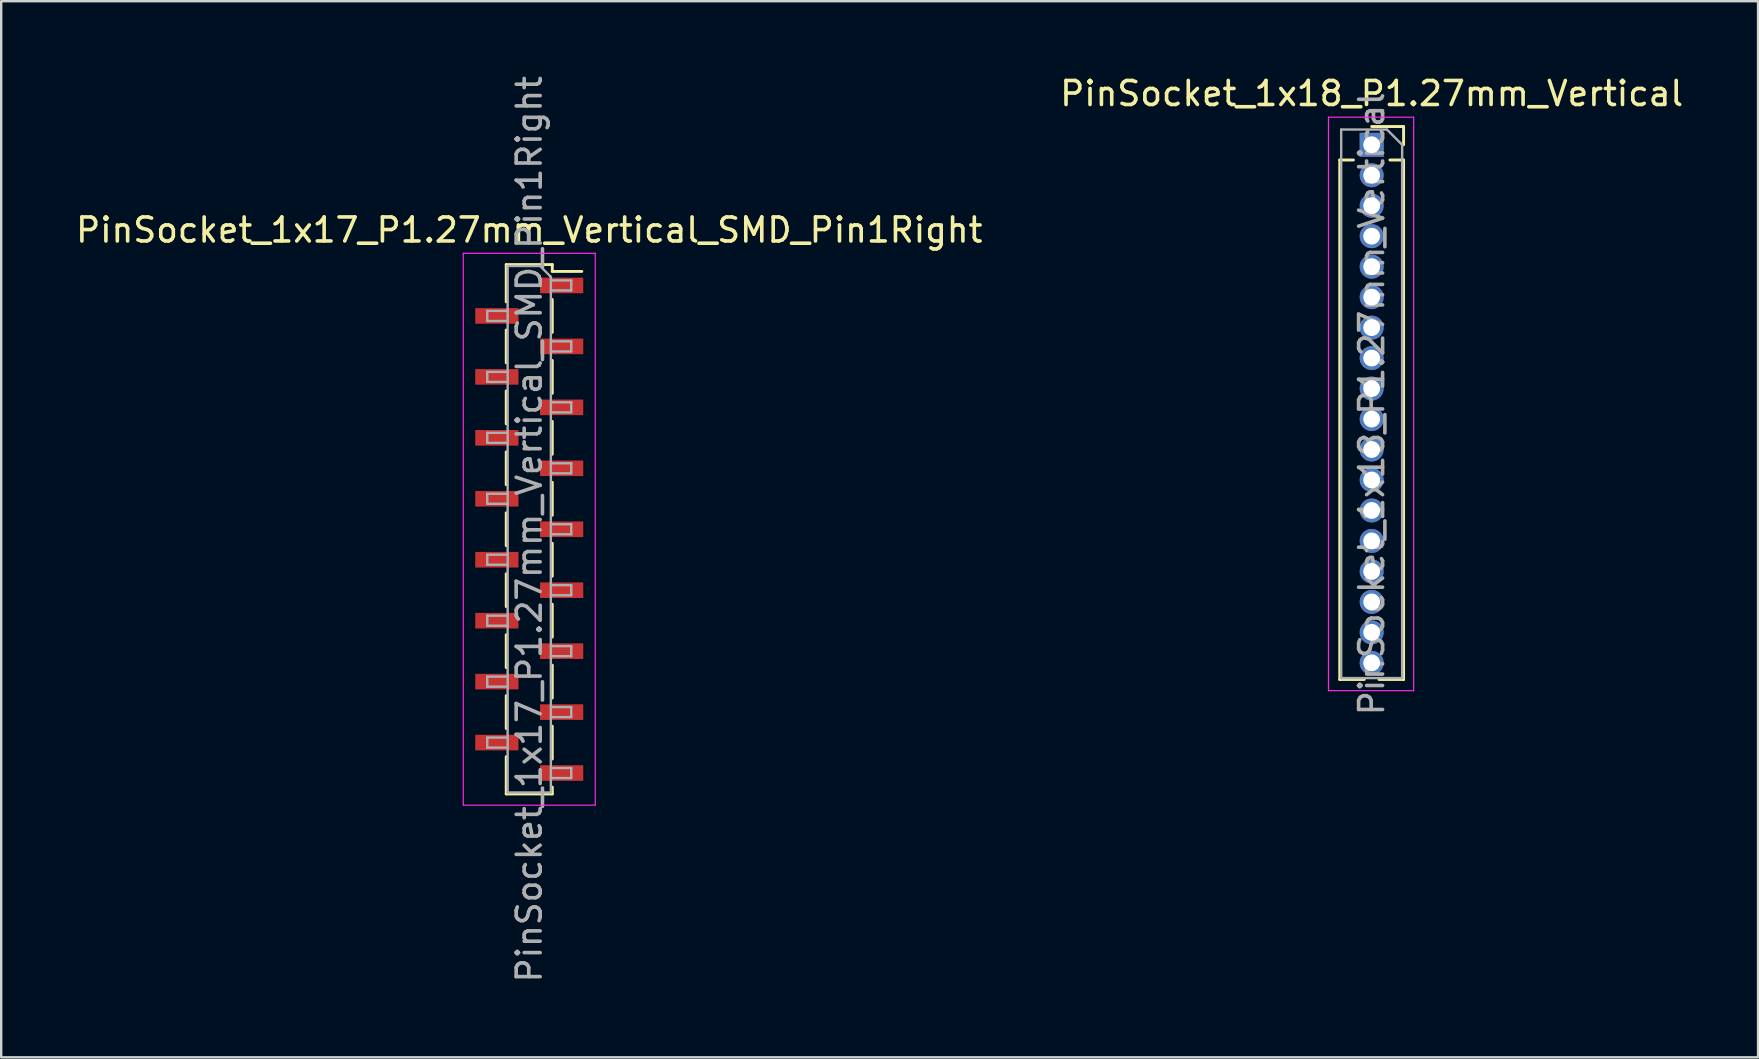
<source format=kicad_pcb>
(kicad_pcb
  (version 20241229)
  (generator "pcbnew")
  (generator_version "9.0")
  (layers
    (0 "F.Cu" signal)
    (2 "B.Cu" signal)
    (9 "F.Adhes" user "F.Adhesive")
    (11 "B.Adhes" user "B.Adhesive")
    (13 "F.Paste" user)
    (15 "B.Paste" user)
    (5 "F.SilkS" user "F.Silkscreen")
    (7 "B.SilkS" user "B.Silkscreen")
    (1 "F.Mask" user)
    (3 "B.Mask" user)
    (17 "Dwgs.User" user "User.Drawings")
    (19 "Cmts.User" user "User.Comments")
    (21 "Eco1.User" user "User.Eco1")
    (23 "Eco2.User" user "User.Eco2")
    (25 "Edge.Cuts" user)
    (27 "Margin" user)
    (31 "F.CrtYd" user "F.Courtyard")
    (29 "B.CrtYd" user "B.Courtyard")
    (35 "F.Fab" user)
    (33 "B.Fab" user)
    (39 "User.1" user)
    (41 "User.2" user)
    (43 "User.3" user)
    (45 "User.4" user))
  (footprint "PinSocket_1x17_P1.27mm_Vertical_SMD_Pin1Right"
    (layer "F.Cu")
    (at 19.006 19.006)
    (property "Reference" "PinSocket_1x17_P1.27mm_Vertical_SMD_Pin1Right" (at 0 -12.47 0) (layer "F.SilkS") (effects (font (size 1 1) (thickness 0.15))))
    (attr smd)
    (fp_line (start -0.96 -11.03) (end -0.96 -9.475) (stroke (width 0.12) (type solid)) (layer "F.SilkS"))
    (fp_line (start -0.96 -11.03) (end 0.96 -11.03) (stroke (width 0.12) (type solid)) (layer "F.SilkS"))
    (fp_line (start -0.96 -8.305) (end -0.96 -6.935) (stroke (width 0.12) (type solid)) (layer "F.SilkS"))
    (fp_line (start -0.96 -5.765) (end -0.96 -4.395) (stroke (width 0.12) (type solid)) (layer "F.SilkS"))
    (fp_line (start -0.96 -3.225) (end -0.96 -1.855) (stroke (width 0.12) (type solid)) (layer "F.SilkS"))
    (fp_line (start -0.96 -0.685) (end -0.96 0.685) (stroke (width 0.12) (type solid)) (layer "F.SilkS"))
    (fp_line (start -0.96 1.855) (end -0.96 3.225) (stroke (width 0.12) (type solid)) (layer "F.SilkS"))
    (fp_line (start -0.96 4.395) (end -0.96 5.765) (stroke (width 0.12) (type solid)) (layer "F.SilkS"))
    (fp_line (start -0.96 6.935) (end -0.96 8.305) (stroke (width 0.12) (type solid)) (layer "F.SilkS"))
    (fp_line (start -0.96 9.475) (end -0.96 11.03) (stroke (width 0.12) (type solid)) (layer "F.SilkS"))
    (fp_line (start -0.96 11.03) (end 0.96 11.03) (stroke (width 0.12) (type solid)) (layer "F.SilkS"))
    (fp_line (start 0.96 -11.03) (end 0.96 -10.745) (stroke (width 0.12) (type solid)) (layer "F.SilkS"))
    (fp_line (start 0.96 -10.745) (end 2.19 -10.745) (stroke (width 0.12) (type solid)) (layer "F.SilkS"))
    (fp_line (start 0.96 -9.575) (end 0.96 -8.205) (stroke (width 0.12) (type solid)) (layer "F.SilkS"))
    (fp_line (start 0.96 -7.035) (end 0.96 -5.665) (stroke (width 0.12) (type solid)) (layer "F.SilkS"))
    (fp_line (start 0.96 -4.495) (end 0.96 -3.125) (stroke (width 0.12) (type solid)) (layer "F.SilkS"))
    (fp_line (start 0.96 -1.955) (end 0.96 -0.585) (stroke (width 0.12) (type solid)) (layer "F.SilkS"))
    (fp_line (start 0.96 0.585) (end 0.96 1.955) (stroke (width 0.12) (type solid)) (layer "F.SilkS"))
    (fp_line (start 0.96 3.125) (end 0.96 4.495) (stroke (width 0.12) (type solid)) (layer "F.SilkS"))
    (fp_line (start 0.96 5.665) (end 0.96 7.035) (stroke (width 0.12) (type solid)) (layer "F.SilkS"))
    (fp_line (start 0.96 8.205) (end 0.96 9.575) (stroke (width 0.12) (type solid)) (layer "F.SilkS"))
    (fp_line (start 0.96 10.745) (end 0.96 11.03) (stroke (width 0.12) (type solid)) (layer "F.SilkS"))
    (fp_line (start -2.75 -11.5) (end 2.75 -11.5) (stroke (width 0.05) (type solid)) (layer "F.CrtYd"))
    (fp_line (start -2.75 11.5) (end -2.75 -11.5) (stroke (width 0.05) (type solid)) (layer "F.CrtYd"))
    (fp_line (start 2.75 -11.5) (end 2.75 11.5) (stroke (width 0.05) (type solid)) (layer "F.CrtYd"))
    (fp_line (start 2.75 11.5) (end -2.75 11.5) (stroke (width 0.05) (type solid)) (layer "F.CrtYd"))
    (fp_line (start -1.75 -9.1) (end -0.9 -9.1) (stroke (width 0.1) (type solid)) (layer "F.Fab"))
    (fp_line (start -1.75 -8.68) (end -1.75 -9.1) (stroke (width 0.1) (type solid)) (layer "F.Fab"))
    (fp_line (start -1.75 -6.56) (end -0.9 -6.56) (stroke (width 0.1) (type solid)) (layer "F.Fab"))
    (fp_line (start -1.75 -6.14) (end -1.75 -6.56) (stroke (width 0.1) (type solid)) (layer "F.Fab"))
    (fp_line (start -1.75 -4.02) (end -0.9 -4.02) (stroke (width 0.1) (type solid)) (layer "F.Fab"))
    (fp_line (start -1.75 -3.6) (end -1.75 -4.02) (stroke (width 0.1) (type solid)) (layer "F.Fab"))
    (fp_line (start -1.75 -1.48) (end -0.9 -1.48) (stroke (width 0.1) (type solid)) (layer "F.Fab"))
    (fp_line (start -1.75 -1.06) (end -1.75 -1.48) (stroke (width 0.1) (type solid)) (layer "F.Fab"))
    (fp_line (start -1.75 1.06) (end -0.9 1.06) (stroke (width 0.1) (type solid)) (layer "F.Fab"))
    (fp_line (start -1.75 1.48) (end -1.75 1.06) (stroke (width 0.1) (type solid)) (layer "F.Fab"))
    (fp_line (start -1.75 3.6) (end -0.9 3.6) (stroke (width 0.1) (type solid)) (layer "F.Fab"))
    (fp_line (start -1.75 4.02) (end -1.75 3.6) (stroke (width 0.1) (type solid)) (layer "F.Fab"))
    (fp_line (start -1.75 6.14) (end -0.9 6.14) (stroke (width 0.1) (type solid)) (layer "F.Fab"))
    (fp_line (start -1.75 6.56) (end -1.75 6.14) (stroke (width 0.1) (type solid)) (layer "F.Fab"))
    (fp_line (start -1.75 8.68) (end -0.9 8.68) (stroke (width 0.1) (type solid)) (layer "F.Fab"))
    (fp_line (start -1.75 9.1) (end -1.75 8.68) (stroke (width 0.1) (type solid)) (layer "F.Fab"))
    (fp_line (start -0.9 -10.97) (end 0.45 -10.97) (stroke (width 0.1) (type solid)) (layer "F.Fab"))
    (fp_line (start -0.9 -8.68) (end -1.75 -8.68) (stroke (width 0.1) (type solid)) (layer "F.Fab"))
    (fp_line (start -0.9 -6.14) (end -1.75 -6.14) (stroke (width 0.1) (type solid)) (layer "F.Fab"))
    (fp_line (start -0.9 -3.6) (end -1.75 -3.6) (stroke (width 0.1) (type solid)) (layer "F.Fab"))
    (fp_line (start -0.9 -1.06) (end -1.75 -1.06) (stroke (width 0.1) (type solid)) (layer "F.Fab"))
    (fp_line (start -0.9 1.48) (end -1.75 1.48) (stroke (width 0.1) (type solid)) (layer "F.Fab"))
    (fp_line (start -0.9 4.02) (end -1.75 4.02) (stroke (width 0.1) (type solid)) (layer "F.Fab"))
    (fp_line (start -0.9 6.56) (end -1.75 6.56) (stroke (width 0.1) (type solid)) (layer "F.Fab"))
    (fp_line (start -0.9 9.1) (end -1.75 9.1) (stroke (width 0.1) (type solid)) (layer "F.Fab"))
    (fp_line (start -0.9 10.97) (end -0.9 -10.97) (stroke (width 0.1) (type solid)) (layer "F.Fab"))
    (fp_line (start 0.45 -10.97) (end 0.9 -10.52) (stroke (width 0.1) (type solid)) (layer "F.Fab"))
    (fp_line (start 0.9 -10.52) (end 0.9 10.97) (stroke (width 0.1) (type solid)) (layer "F.Fab"))
    (fp_line (start 0.9 -10.37) (end 1.75 -10.37) (stroke (width 0.1) (type solid)) (layer "F.Fab"))
    (fp_line (start 0.9 -7.83) (end 1.75 -7.83) (stroke (width 0.1) (type solid)) (layer "F.Fab"))
    (fp_line (start 0.9 -5.29) (end 1.75 -5.29) (stroke (width 0.1) (type solid)) (layer "F.Fab"))
    (fp_line (start 0.9 -2.75) (end 1.75 -2.75) (stroke (width 0.1) (type solid)) (layer "F.Fab"))
    (fp_line (start 0.9 -0.21) (end 1.75 -0.21) (stroke (width 0.1) (type solid)) (layer "F.Fab"))
    (fp_line (start 0.9 2.33) (end 1.75 2.33) (stroke (width 0.1) (type solid)) (layer "F.Fab"))
    (fp_line (start 0.9 4.87) (end 1.75 4.87) (stroke (width 0.1) (type solid)) (layer "F.Fab"))
    (fp_line (start 0.9 7.41) (end 1.75 7.41) (stroke (width 0.1) (type solid)) (layer "F.Fab"))
    (fp_line (start 0.9 9.95) (end 1.75 9.95) (stroke (width 0.1) (type solid)) (layer "F.Fab"))
    (fp_line (start 0.9 10.97) (end -0.9 10.97) (stroke (width 0.1) (type solid)) (layer "F.Fab"))
    (fp_line (start 1.75 -10.37) (end 1.75 -9.95) (stroke (width 0.1) (type solid)) (layer "F.Fab"))
    (fp_line (start 1.75 -9.95) (end 0.9 -9.95) (stroke (width 0.1) (type solid)) (layer "F.Fab"))
    (fp_line (start 1.75 -7.83) (end 1.75 -7.41) (stroke (width 0.1) (type solid)) (layer "F.Fab"))
    (fp_line (start 1.75 -7.41) (end 0.9 -7.41) (stroke (width 0.1) (type solid)) (layer "F.Fab"))
    (fp_line (start 1.75 -5.29) (end 1.75 -4.87) (stroke (width 0.1) (type solid)) (layer "F.Fab"))
    (fp_line (start 1.75 -4.87) (end 0.9 -4.87) (stroke (width 0.1) (type solid)) (layer "F.Fab"))
    (fp_line (start 1.75 -2.75) (end 1.75 -2.33) (stroke (width 0.1) (type solid)) (layer "F.Fab"))
    (fp_line (start 1.75 -2.33) (end 0.9 -2.33) (stroke (width 0.1) (type solid)) (layer "F.Fab"))
    (fp_line (start 1.75 -0.21) (end 1.75 0.21) (stroke (width 0.1) (type solid)) (layer "F.Fab"))
    (fp_line (start 1.75 0.21) (end 0.9 0.21) (stroke (width 0.1) (type solid)) (layer "F.Fab"))
    (fp_line (start 1.75 2.33) (end 1.75 2.75) (stroke (width 0.1) (type solid)) (layer "F.Fab"))
    (fp_line (start 1.75 2.75) (end 0.9 2.75) (stroke (width 0.1) (type solid)) (layer "F.Fab"))
    (fp_line (start 1.75 4.87) (end 1.75 5.29) (stroke (width 0.1) (type solid)) (layer "F.Fab"))
    (fp_line (start 1.75 5.29) (end 0.9 5.29) (stroke (width 0.1) (type solid)) (layer "F.Fab"))
    (fp_line (start 1.75 7.41) (end 1.75 7.83) (stroke (width 0.1) (type solid)) (layer "F.Fab"))
    (fp_line (start 1.75 7.83) (end 0.9 7.83) (stroke (width 0.1) (type solid)) (layer "F.Fab"))
    (fp_line (start 1.75 9.95) (end 1.75 10.37) (stroke (width 0.1) (type solid)) (layer "F.Fab"))
    (fp_line (start 1.75 10.37) (end 0.9 10.37) (stroke (width 0.1) (type solid)) (layer "F.Fab"))
    (fp_text user "${REFERENCE}" (at 0 0 90) (layer "F.Fab") (effects (font (size 1 1) (thickness 0.15))))
    (pad "1" smd rect (at 1.35 -10.16) (size 1.8 0.65) (layers "F.Cu" "F.Mask" "F.Paste"))
    (pad "2" smd rect (at -1.35 -8.89) (size 1.8 0.65) (layers "F.Cu" "F.Mask" "F.Paste"))
    (pad "3" smd rect (at 1.35 -7.62) (size 1.8 0.65) (layers "F.Cu" "F.Mask" "F.Paste"))
    (pad "4" smd rect (at -1.35 -6.35) (size 1.8 0.65) (layers "F.Cu" "F.Mask" "F.Paste"))
    (pad "5" smd rect (at 1.35 -5.08) (size 1.8 0.65) (layers "F.Cu" "F.Mask" "F.Paste"))
    (pad "6" smd rect (at -1.35 -3.81) (size 1.8 0.65) (layers "F.Cu" "F.Mask" "F.Paste"))
    (pad "7" smd rect (at 1.35 -2.54) (size 1.8 0.65) (layers "F.Cu" "F.Mask" "F.Paste"))
    (pad "8" smd rect (at -1.35 -1.27) (size 1.8 0.65) (layers "F.Cu" "F.Mask" "F.Paste"))
    (pad "9" smd rect (at 1.35 0) (size 1.8 0.65) (layers "F.Cu" "F.Mask" "F.Paste"))
    (pad "10" smd rect (at -1.35 1.27) (size 1.8 0.65) (layers "F.Cu" "F.Mask" "F.Paste"))
    (pad "11" smd rect (at 1.35 2.54) (size 1.8 0.65) (layers "F.Cu" "F.Mask" "F.Paste"))
    (pad "12" smd rect (at -1.35 3.81) (size 1.8 0.65) (layers "F.Cu" "F.Mask" "F.Paste"))
    (pad "13" smd rect (at 1.35 5.08) (size 1.8 0.65) (layers "F.Cu" "F.Mask" "F.Paste"))
    (pad "14" smd rect (at -1.35 6.35) (size 1.8 0.65) (layers "F.Cu" "F.Mask" "F.Paste"))
    (pad "15" smd rect (at 1.35 7.62) (size 1.8 0.65) (layers "F.Cu" "F.Mask" "F.Paste"))
    (pad "16" smd rect (at -1.35 8.89) (size 1.8 0.65) (layers "F.Cu" "F.Mask" "F.Paste"))
    (pad "17" smd rect (at 1.35 10.16) (size 1.8 0.65) (layers "F.Cu" "F.Mask" "F.Paste")))
  (footprint "PinSocket_1x18_P1.27mm_Vertical"
    (layer "F.Cu")
    (at 54.113 2.983)
    (property "Reference" "PinSocket_1x18_P1.27mm_Vertical" (at 0 -2.135 0) (layer "F.SilkS") (effects (font (size 1 1) (thickness 0.15))))
    (attr through_hole)
    (fp_line (start -1.33 0.635) (end -1.33 22.285) (stroke (width 0.12) (type solid)) (layer "F.SilkS"))
    (fp_line (start -1.33 0.635) (end -0.76 0.635) (stroke (width 0.12) (type solid)) (layer "F.SilkS"))
    (fp_line (start -1.33 22.285) (end -0.308 22.285) (stroke (width 0.12) (type solid)) (layer "F.SilkS"))
    (fp_line (start 0 -0.76) (end 1.33 -0.76) (stroke (width 0.12) (type solid)) (layer "F.SilkS"))
    (fp_line (start 0.308 22.285) (end 1.33 22.285) (stroke (width 0.12) (type solid)) (layer "F.SilkS"))
    (fp_line (start 0.76 0.635) (end 1.33 0.635) (stroke (width 0.12) (type solid)) (layer "F.SilkS"))
    (fp_line (start 1.33 -0.76) (end 1.33 0) (stroke (width 0.12) (type solid)) (layer "F.SilkS"))
    (fp_line (start 1.33 0.635) (end 1.33 22.285) (stroke (width 0.12) (type solid)) (layer "F.SilkS"))
    (fp_line (start -1.8 -1.15) (end 1.75 -1.15) (stroke (width 0.05) (type solid)) (layer "F.CrtYd"))
    (fp_line (start -1.8 22.75) (end -1.8 -1.15) (stroke (width 0.05) (type solid)) (layer "F.CrtYd"))
    (fp_line (start 1.75 -1.15) (end 1.75 22.75) (stroke (width 0.05) (type solid)) (layer "F.CrtYd"))
    (fp_line (start 1.75 22.75) (end -1.8 22.75) (stroke (width 0.05) (type solid)) (layer "F.CrtYd"))
    (fp_line (start -1.27 -0.635) (end 0.635 -0.635) (stroke (width 0.1) (type solid)) (layer "F.Fab"))
    (fp_line (start -1.27 22.225) (end -1.27 -0.635) (stroke (width 0.1) (type solid)) (layer "F.Fab"))
    (fp_line (start 0.635 -0.635) (end 1.27 0) (stroke (width 0.1) (type solid)) (layer "F.Fab"))
    (fp_line (start 1.27 0) (end 1.27 22.225) (stroke (width 0.1) (type solid)) (layer "F.Fab"))
    (fp_line (start 1.27 22.225) (end -1.27 22.225) (stroke (width 0.1) (type solid)) (layer "F.Fab"))
    (fp_text user "${REFERENCE}" (at 0 10.795 90) (layer "F.Fab") (effects (font (size 1 1) (thickness 0.15))))
    (pad "1" thru_hole rect (at 0 0) (size 1 1) (drill 0.7) (layers "*.Cu" "*.Mask"))
    (pad "2" thru_hole oval (at 0 1.27) (size 1 1) (drill 0.7) (layers "*.Cu" "*.Mask"))
    (pad "3" thru_hole oval (at 0 2.54) (size 1 1) (drill 0.7) (layers "*.Cu" "*.Mask"))
    (pad "4" thru_hole oval (at 0 3.81) (size 1 1) (drill 0.7) (layers "*.Cu" "*.Mask"))
    (pad "5" thru_hole oval (at 0 5.08) (size 1 1) (drill 0.7) (layers "*.Cu" "*.Mask"))
    (pad "6" thru_hole oval (at 0 6.35) (size 1 1) (drill 0.7) (layers "*.Cu" "*.Mask"))
    (pad "7" thru_hole oval (at 0 7.62) (size 1 1) (drill 0.7) (layers "*.Cu" "*.Mask"))
    (pad "8" thru_hole oval (at 0 8.89) (size 1 1) (drill 0.7) (layers "*.Cu" "*.Mask"))
    (pad "9" thru_hole oval (at 0 10.16) (size 1 1) (drill 0.7) (layers "*.Cu" "*.Mask"))
    (pad "10" thru_hole oval (at 0 11.43) (size 1 1) (drill 0.7) (layers "*.Cu" "*.Mask"))
    (pad "11" thru_hole oval (at 0 12.7) (size 1 1) (drill 0.7) (layers "*.Cu" "*.Mask"))
    (pad "12" thru_hole oval (at 0 13.97) (size 1 1) (drill 0.7) (layers "*.Cu" "*.Mask"))
    (pad "13" thru_hole oval (at 0 15.24) (size 1 1) (drill 0.7) (layers "*.Cu" "*.Mask"))
    (pad "14" thru_hole oval (at 0 16.51) (size 1 1) (drill 0.7) (layers "*.Cu" "*.Mask"))
    (pad "15" thru_hole oval (at 0 17.78) (size 1 1) (drill 0.7) (layers "*.Cu" "*.Mask"))
    (pad "16" thru_hole oval (at 0 19.05) (size 1 1) (drill 0.7) (layers "*.Cu" "*.Mask"))
    (pad "17" thru_hole oval (at 0 20.32) (size 1 1) (drill 0.7) (layers "*.Cu" "*.Mask"))
    (pad "18" thru_hole oval (at 0 21.59) (size 1 1) (drill 0.7) (layers "*.Cu" "*.Mask")))
  (gr_rect
    (start -3 -3)
    (end 70.214 41.012)
    (stroke (width 0.1) (type default))
    (fill no)
    (layer "Edge.Cuts")))
</source>
